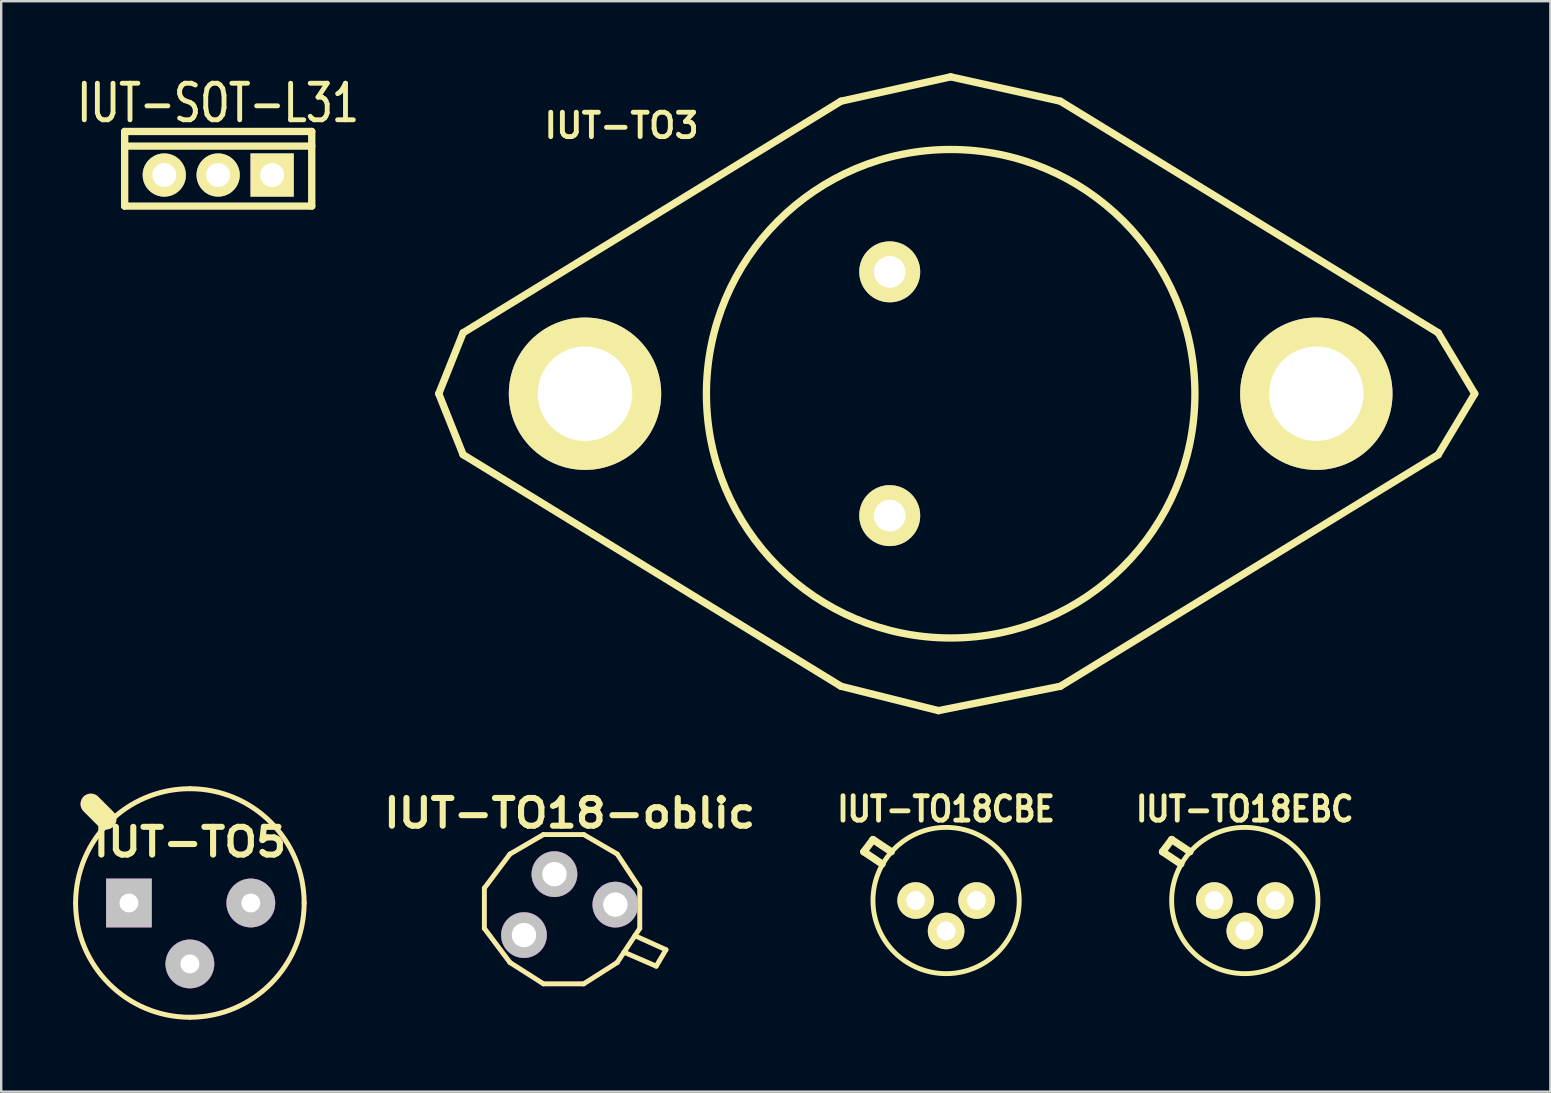
<source format=kicad_pcb>
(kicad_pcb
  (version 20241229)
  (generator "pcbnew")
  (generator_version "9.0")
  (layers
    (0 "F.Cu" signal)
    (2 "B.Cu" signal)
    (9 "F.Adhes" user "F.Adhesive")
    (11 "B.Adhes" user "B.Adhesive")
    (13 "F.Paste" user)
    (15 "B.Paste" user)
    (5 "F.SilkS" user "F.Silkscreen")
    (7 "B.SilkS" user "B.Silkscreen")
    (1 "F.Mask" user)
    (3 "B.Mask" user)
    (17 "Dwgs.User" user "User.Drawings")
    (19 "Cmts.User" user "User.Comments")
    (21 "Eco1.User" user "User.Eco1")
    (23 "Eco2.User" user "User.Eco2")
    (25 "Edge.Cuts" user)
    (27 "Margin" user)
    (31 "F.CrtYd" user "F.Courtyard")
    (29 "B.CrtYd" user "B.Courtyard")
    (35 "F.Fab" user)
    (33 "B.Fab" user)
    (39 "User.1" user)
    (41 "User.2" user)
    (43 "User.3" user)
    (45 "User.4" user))
  (footprint "IUT-TO5"
    (layer "F.Cu")
    (at 2.324 34.585)
    (property "Reference" "IUT-TO5" (at 2.54 -2.54 0) (layer "F.SilkS") (effects (font (size 1.156 1.27) (thickness 0.254))))
    (attr through_hole)
    (fp_line (start -0.953 -3.493) (end -1.587 -4.128) (stroke (width 0.864) (type solid)) (layer "F.SilkS"))
    (fp_arc (start -2.2225 0) (mid -0.827596 -3.367596) (end 2.54 -4.7625) (stroke (width 0.2032) (type solid)) (layer "F.SilkS"))
    (fp_arc (start 2.54 -4.7625) (mid 5.907596 -3.367596) (end 7.3025 0) (stroke (width 0.2032) (type solid)) (layer "F.SilkS"))
    (fp_arc (start 2.54 4.7625) (mid -0.827596 3.367596) (end -2.2225 0) (stroke (width 0.2032) (type solid)) (layer "F.SilkS"))
    (fp_arc (start 7.3025 0) (mid 5.907596 3.367596) (end 2.54 4.7625) (stroke (width 0.2032) (type solid)) (layer "F.SilkS"))
    (fp_line (start -0.953 -3.493) (end -1.587 -4.128) (stroke (width 0.864) (type solid)) (layer "F.Adhes"))
    (fp_arc (start -2.2225 0) (mid -0.827596 -3.367596) (end 2.54 -4.7625) (stroke (width 0.2032) (type solid)) (layer "F.Adhes"))
    (fp_arc (start 2.54 -4.7625) (mid 5.907596 -3.367596) (end 7.3025 0) (stroke (width 0.2032) (type solid)) (layer "F.Adhes"))
    (fp_arc (start 2.54 4.7625) (mid -0.827596 3.367596) (end -2.2225 0) (stroke (width 0.2032) (type solid)) (layer "F.Adhes"))
    (fp_arc (start 7.3025 0) (mid 5.907596 3.367596) (end 2.54 4.7625) (stroke (width 0.2032) (type solid)) (layer "F.Adhes"))
    (pad "1" thru_hole rect (at 0 0 90) (size 2.032 1.905) (drill 0.787) (layers "*.Cu" "*.Adhes" "*.Mask" "Dwgs.User" "Eco1.User" "Eco2.User"))
    (pad "2" thru_hole circle (at 2.54 2.54) (size 2.032 2.032) (drill 0.787) (layers "*.Cu" "*.Adhes" "*.Mask" "Dwgs.User" "Eco1.User" "Eco2.User"))
    (pad "3" thru_hole circle (at 5.08 0) (size 2.032 2.032) (drill 0.787) (layers "*.Cu" "*.Adhes" "*.Mask" "Dwgs.User" "Eco1.User" "Eco2.User")))
  (footprint "IUT-TO18EBC"
    (layer "F.Cu")
    (at 48.831 34.482)
    (property "Reference" "IUT-TO18EBC" (at 0 -3.81 0) (layer "F.SilkS") (effects (font (size 1.016 0.889) (thickness 0.203))))
    (attr through_hole)
    (fp_line (start -3.429 -2.032) (end -3.048 -2.54) (stroke (width 0.305) (type solid)) (layer "F.SilkS"))
    (fp_line (start -3.048 -2.54) (end -2.286 -2.032) (stroke (width 0.305) (type solid)) (layer "F.SilkS"))
    (fp_line (start -2.667 -1.524) (end -3.429 -2.032) (stroke (width 0.305) (type solid)) (layer "F.SilkS"))
    (fp_circle (center 0 0) (end -3.048 0) (stroke (width 0.203) (type solid)) (fill no) (layer "F.SilkS"))
    (pad "1" thru_hole circle (at -1.27 0) (size 1.524 1.524) (drill 0.787) (layers "*.Cu" "*.Mask" "F.SilkS"))
    (pad "2" thru_hole circle (at 0 1.27) (size 1.524 1.524) (drill 0.787) (layers "*.Cu" "*.Mask" "F.SilkS"))
    (pad "3" thru_hole circle (at 1.27 0) (size 1.524 1.524) (drill 0.787) (layers "*.Cu" "*.Mask" "F.SilkS")))
  (footprint "IUT-SOT-L31"
    (layer "F.Cu")
    (at 6.042 4.245)
    (property "Reference" "IUT-SOT-L31" (at 0 -2.997 0) (layer "F.SilkS") (effects (font (size 1.524 1.143) (thickness 0.203))))
    (attr through_hole)
    (fp_line (start -3.896 -1.816) (end -3.896 1.295) (stroke (width 0.305) (type solid)) (layer "F.SilkS"))
    (fp_line (start -3.896 -1.206) (end 3.901 -1.206) (stroke (width 0.305) (type solid)) (layer "F.SilkS"))
    (fp_line (start -3.896 1.295) (end 3.901 1.295) (stroke (width 0.305) (type solid)) (layer "F.SilkS"))
    (fp_line (start 3.901 -1.816) (end -3.896 -1.816) (stroke (width 0.305) (type solid)) (layer "F.SilkS"))
    (fp_line (start 3.901 1.295) (end 3.901 -1.816) (stroke (width 0.305) (type solid)) (layer "F.SilkS"))
    (pad "1" thru_hole rect (at 2.25 0) (size 1.801 1.801) (drill 1.001) (layers "*.Cu" "*.Mask" "F.SilkS"))
    (pad "2" thru_hole circle (at -2.245 0) (size 1.801 1.801) (drill 1.001) (layers "*.Cu" "*.Mask" "F.SilkS"))
    (pad "3" thru_hole circle (at 0 0) (size 1.801 1.801) (drill 1.001) (layers "*.Cu" "*.Mask" "F.SilkS")))
  (footprint "IUT-TO18-oblic"
    (layer "F.Cu")
    (at 20.058 33.383)
    (property "Reference" "IUT-TO18-oblic" (at 0.635 -2.54 0) (layer "F.SilkS") (effects (font (size 1.156 1.27) (thickness 0.254))))
    (attr through_hole)
    (fp_line (start -2.921 0.584) (end -2.921 2.261) (stroke (width 0.203) (type solid)) (layer "F.SilkS"))
    (fp_line (start -2.921 2.261) (end -1.854 3.683) (stroke (width 0.203) (type solid)) (layer "F.SilkS"))
    (fp_line (start -1.854 -0.838) (end -2.921 0.584) (stroke (width 0.203) (type solid)) (layer "F.SilkS"))
    (fp_line (start -1.854 3.683) (end -0.457 4.572) (stroke (width 0.203) (type solid)) (layer "F.SilkS"))
    (fp_line (start -0.457 -1.651) (end -1.854 -0.838) (stroke (width 0.203) (type solid)) (layer "F.SilkS"))
    (fp_line (start -0.457 4.572) (end 1.219 4.572) (stroke (width 0.203) (type solid)) (layer "F.SilkS"))
    (fp_line (start 1.219 -1.651) (end -0.457 -1.651) (stroke (width 0.203) (type solid)) (layer "F.SilkS"))
    (fp_line (start 1.219 4.572) (end 2.616 3.683) (stroke (width 0.203) (type solid)) (layer "F.SilkS"))
    (fp_line (start 2.616 -0.838) (end 1.219 -1.651) (stroke (width 0.203) (type solid)) (layer "F.SilkS"))
    (fp_line (start 2.616 3.683) (end 3.556 2.261) (stroke (width 0.203) (type solid)) (layer "F.SilkS"))
    (fp_line (start 3.353 2.565) (end 4.648 3.15) (stroke (width 0.203) (type solid)) (layer "F.SilkS"))
    (fp_line (start 3.556 0.584) (end 2.616 -0.838) (stroke (width 0.203) (type solid)) (layer "F.SilkS"))
    (fp_line (start 3.556 2.261) (end 3.556 0.584) (stroke (width 0.203) (type solid)) (layer "F.SilkS"))
    (fp_line (start 4.242 3.835) (end 2.896 3.251) (stroke (width 0.203) (type solid)) (layer "F.SilkS"))
    (fp_line (start 4.648 3.15) (end 4.242 3.835) (stroke (width 0.203) (type solid)) (layer "F.SilkS"))
    (fp_line (start -2.921 0.584) (end -2.921 2.261) (stroke (width 0.203) (type solid)) (layer "F.Adhes"))
    (fp_line (start -2.921 2.261) (end -1.854 3.683) (stroke (width 0.203) (type solid)) (layer "F.Adhes"))
    (fp_line (start -1.854 -0.838) (end -2.921 0.584) (stroke (width 0.203) (type solid)) (layer "F.Adhes"))
    (fp_line (start -1.854 3.683) (end -0.457 4.572) (stroke (width 0.203) (type solid)) (layer "F.Adhes"))
    (fp_line (start -0.457 -1.651) (end -1.854 -0.838) (stroke (width 0.203) (type solid)) (layer "F.Adhes"))
    (fp_line (start -0.457 4.572) (end 1.219 4.572) (stroke (width 0.203) (type solid)) (layer "F.Adhes"))
    (fp_line (start 1.219 -1.651) (end -0.457 -1.651) (stroke (width 0.203) (type solid)) (layer "F.Adhes"))
    (fp_line (start 1.219 4.572) (end 2.616 3.683) (stroke (width 0.203) (type solid)) (layer "F.Adhes"))
    (fp_line (start 2.616 -0.838) (end 1.219 -1.651) (stroke (width 0.203) (type solid)) (layer "F.Adhes"))
    (fp_line (start 2.616 3.683) (end 3.556 2.261) (stroke (width 0.203) (type solid)) (layer "F.Adhes"))
    (fp_line (start 3.353 2.565) (end 4.648 3.15) (stroke (width 0.203) (type solid)) (layer "F.Adhes"))
    (fp_line (start 3.556 0.584) (end 2.616 -0.838) (stroke (width 0.203) (type solid)) (layer "F.Adhes"))
    (fp_line (start 3.556 2.261) (end 3.556 0.584) (stroke (width 0.203) (type solid)) (layer "F.Adhes"))
    (fp_line (start 4.242 3.835) (end 2.896 3.251) (stroke (width 0.203) (type solid)) (layer "F.Adhes"))
    (fp_line (start 4.648 3.15) (end 4.242 3.835) (stroke (width 0.203) (type solid)) (layer "F.Adhes"))
    (pad "1" thru_hole circle (at -1.27 2.54) (size 1.905 1.905) (drill 1.016) (layers "*.Cu" "*.Adhes" "*.Mask" "Dwgs.User" "Eco1.User" "Eco2.User"))
    (pad "2" thru_hole circle (at 0 0) (size 1.905 1.905) (drill 1.016) (layers "*.Cu" "*.Adhes" "*.Mask" "Dwgs.User" "Eco1.User" "Eco2.User"))
    (pad "3" thru_hole circle (at 2.54 1.27) (size 1.905 1.905) (drill 1.016) (layers "*.Cu" "*.Adhes" "*.Mask" "Dwgs.User" "Eco1.User" "Eco2.User")))
  (footprint "IUT-TO3"
    (layer "F.Cu")
    (at 36.572 13.36)
    (property "Reference" "IUT-TO3" (at -13.716 -11.176 0) (layer "F.SilkS") (effects (font (size 1.016 1.016) (thickness 0.203))))
    (attr through_hole)
    (fp_line (start -21.336 0) (end -20.32 2.54) (stroke (width 0.305) (type solid)) (layer "F.SilkS"))
    (fp_line (start -20.32 -2.54) (end -21.336 0) (stroke (width 0.305) (type solid)) (layer "F.SilkS"))
    (fp_line (start -4.572 -12.192) (end -20.32 -2.54) (stroke (width 0.305) (type solid)) (layer "F.SilkS"))
    (fp_line (start -4.572 -12.192) (end 0 -13.208) (stroke (width 0.305) (type solid)) (layer "F.SilkS"))
    (fp_line (start -4.572 12.192) (end -20.32 2.54) (stroke (width 0.305) (type solid)) (layer "F.SilkS"))
    (fp_line (start -0.508 13.208) (end -4.572 12.192) (stroke (width 0.305) (type solid)) (layer "F.SilkS"))
    (fp_line (start 0 -13.208) (end 4.572 -12.192) (stroke (width 0.305) (type solid)) (layer "F.SilkS"))
    (fp_line (start 4.572 -12.192) (end 20.32 -2.54) (stroke (width 0.305) (type solid)) (layer "F.SilkS"))
    (fp_line (start 4.572 12.192) (end -0.508 13.208) (stroke (width 0.305) (type solid)) (layer "F.SilkS"))
    (fp_line (start 4.572 12.192) (end 20.32 2.54) (stroke (width 0.305) (type solid)) (layer "F.SilkS"))
    (fp_line (start 20.32 -2.54) (end 21.844 0) (stroke (width 0.305) (type solid)) (layer "F.SilkS"))
    (fp_line (start 21.844 0) (end 20.32 2.54) (stroke (width 0.305) (type solid)) (layer "F.SilkS"))
    (fp_circle (center 0 0) (end 10.16 0.635) (stroke (width 0.305) (type solid)) (fill no) (layer "F.SilkS"))
    (pad "1" thru_hole circle (at -15.24 0) (size 6.35 6.35) (drill 3.937) (layers "*.Cu" "*.Mask" "F.SilkS"))
    (pad "1" thru_hole circle (at 15.24 0) (size 6.35 6.35) (drill 3.937) (layers "*.Cu" "*.Mask" "F.SilkS"))
    (pad "2" thru_hole circle (at -2.54 -5.08) (size 2.54 2.54) (drill 1.321) (layers "*.Cu" "*.Mask" "F.SilkS"))
    (pad "3" thru_hole circle (at -2.54 5.08) (size 2.54 2.54) (drill 1.321) (layers "*.Cu" "*.Mask" "F.SilkS")))
  (footprint "IUT-TO18CBE"
    (layer "F.Cu")
    (at 36.382 34.482)
    (property "Reference" "IUT-TO18CBE" (at 0 -3.81 0) (layer "F.SilkS") (effects (font (size 1.016 0.889) (thickness 0.203))))
    (attr through_hole)
    (fp_line (start -3.429 -2.032) (end -3.048 -2.54) (stroke (width 0.305) (type solid)) (layer "F.SilkS"))
    (fp_line (start -3.048 -2.54) (end -2.286 -2.032) (stroke (width 0.305) (type solid)) (layer "F.SilkS"))
    (fp_line (start -2.667 -1.524) (end -3.429 -2.032) (stroke (width 0.305) (type solid)) (layer "F.SilkS"))
    (fp_circle (center 0 0) (end -3.048 0) (stroke (width 0.203) (type solid)) (fill no) (layer "F.SilkS"))
    (pad "1" thru_hole circle (at 1.27 0) (size 1.524 1.524) (drill 0.787) (layers "*.Cu" "*.Mask" "F.SilkS"))
    (pad "2" thru_hole circle (at 0 1.27) (size 1.524 1.524) (drill 0.787) (layers "*.Cu" "*.Mask" "F.SilkS"))
    (pad "3" thru_hole circle (at -1.27 0) (size 1.524 1.524) (drill 0.787) (layers "*.Cu" "*.Mask" "F.SilkS")))
  (gr_rect
    (start -3 -3)
    (end 61.568 42.449)
    (stroke (width 0.1) (type default))
    (fill no)
    (layer "Edge.Cuts")))
</source>
